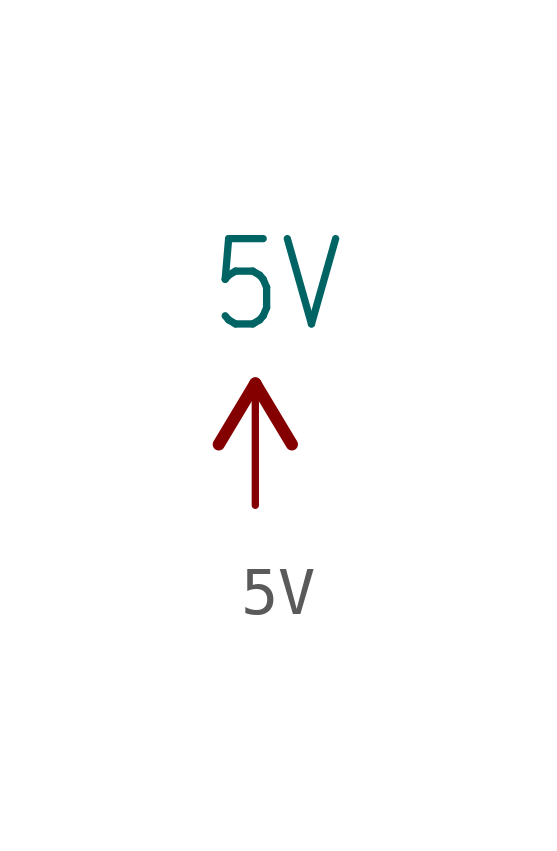
<source format=kicad_sym>
(kicad_symbol_lib
  (version 20211014)
  (generator kicad_symbol_editor)
  (symbol "5V"
    (power)
    (property "Reference" ""
      (at 0 0 0)
      (effects (font (size 1.27 1.27)) hide))
    (property "Value" "5V"
      (at -1.016 3.556 0)
      (effects (font (size 1.778 1.511)) (justify left bottom)))
    (property "ki_locked" ""
      (at 0 0 0)
      (effects (font (size 1.27 1.27))))
    (symbol "5V_1_0"
      (polyline (pts (xy 0 2.54) (xy -0.762 1.27)) (stroke (width 0.254) (type default) (color 0 0 0 0)) (fill (type none)))
      (polyline (pts (xy 0.762 1.27) (xy 0 2.54)) (stroke (width 0.254) (type default) (color 0 0 0 0)) (fill (type none)))
      (pin power_in line (at 0 0 90) (length 2.54) (name "5V" (effects (font (size 0 0)))) (number "1" (effects (font (size 0 0))))))))
</source>
